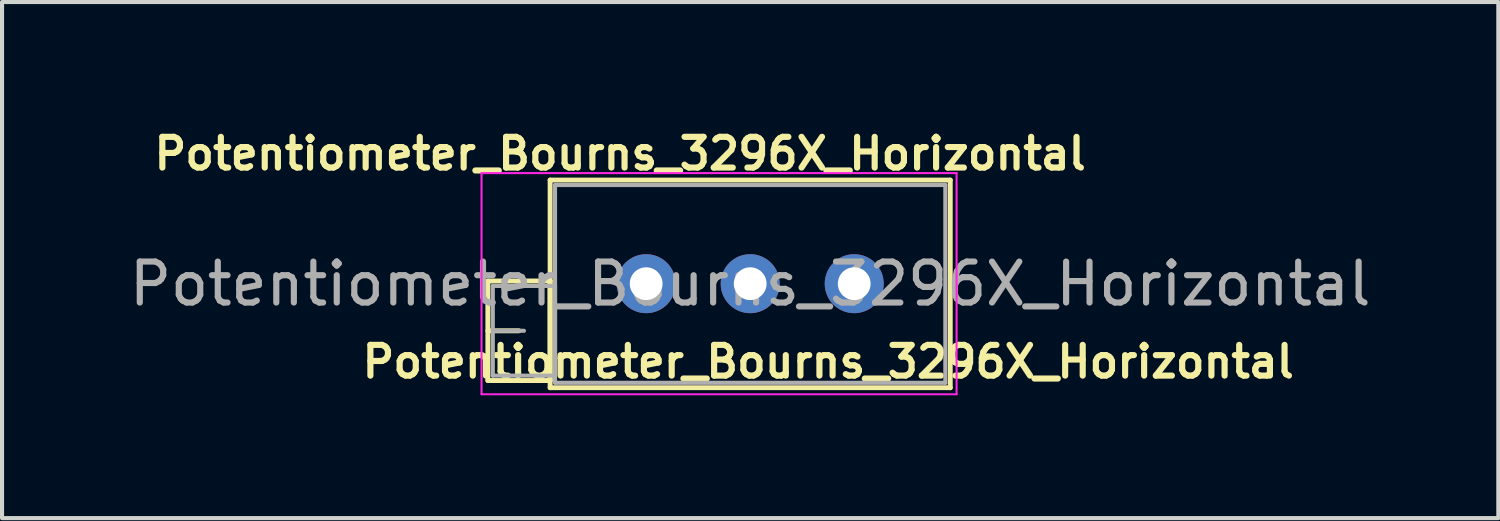
<source format=kicad_pcb>
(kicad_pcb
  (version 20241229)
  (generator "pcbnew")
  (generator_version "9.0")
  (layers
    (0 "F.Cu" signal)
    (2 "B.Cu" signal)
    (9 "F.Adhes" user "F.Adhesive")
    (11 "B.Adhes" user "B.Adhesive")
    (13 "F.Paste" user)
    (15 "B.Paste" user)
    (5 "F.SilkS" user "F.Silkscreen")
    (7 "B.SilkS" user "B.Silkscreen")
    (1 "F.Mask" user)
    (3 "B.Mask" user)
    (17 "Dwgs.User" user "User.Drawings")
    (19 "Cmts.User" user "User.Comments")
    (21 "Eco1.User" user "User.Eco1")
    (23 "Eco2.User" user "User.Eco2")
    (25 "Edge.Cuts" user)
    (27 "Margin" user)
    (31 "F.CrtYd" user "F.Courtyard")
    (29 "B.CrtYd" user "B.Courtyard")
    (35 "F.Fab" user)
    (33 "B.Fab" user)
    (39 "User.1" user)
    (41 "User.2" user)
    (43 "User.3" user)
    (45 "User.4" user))
  (footprint "Potentiometer_Bourns_3296X_Horizontal"
    (layer "F.Cu")
    (at 17.808 3.877)
    (property "Reference" "Potentiometer_Bourns_3296X_Horizontal" (at -5.715 -3.175 0) (layer "F.SilkS") (effects (font (size 0.75 0.75) (thickness 0.15))))
    (property "Value" "Potentiometer_Bourns_3296X_Horizontal" (at -3.3 3.67 0) (layer "F.Fab") (hide yes) (effects (font (size 1 1) (thickness 0.15))))
    (attr through_hole)
    (fp_line (start -8.945 -0.065) (end -8.945 2.365) (stroke (width 0.12) (type solid)) (layer "F.SilkS"))
    (fp_line (start -8.945 -0.065) (end -7.426 -0.065) (stroke (width 0.12) (type solid)) (layer "F.SilkS"))
    (fp_line (start -8.945 1.15) (end -8.186 1.15) (stroke (width 0.12) (type solid)) (layer "F.SilkS"))
    (fp_line (start -8.945 2.365) (end -7.426 2.365) (stroke (width 0.12) (type solid)) (layer "F.SilkS"))
    (fp_line (start -7.426 -0.065) (end -7.426 2.365) (stroke (width 0.12) (type solid)) (layer "F.SilkS"))
    (fp_line (start -7.425 -2.53) (end -7.425 2.54) (stroke (width 0.12) (type solid)) (layer "F.SilkS"))
    (fp_line (start -7.425 -2.53) (end 2.345 -2.53) (stroke (width 0.12) (type solid)) (layer "F.SilkS"))
    (fp_line (start -7.425 2.54) (end 2.345 2.54) (stroke (width 0.12) (type solid)) (layer "F.SilkS"))
    (fp_line (start 2.345 -2.53) (end 2.345 2.54) (stroke (width 0.12) (type solid)) (layer "F.SilkS"))
    (fp_line (start -9.1 -2.7) (end -9.1 2.7) (stroke (width 0.05) (type solid)) (layer "F.CrtYd"))
    (fp_line (start -9.1 2.7) (end 2.5 2.7) (stroke (width 0.05) (type solid)) (layer "F.CrtYd"))
    (fp_line (start 2.5 -2.7) (end -9.1 -2.7) (stroke (width 0.05) (type solid)) (layer "F.CrtYd"))
    (fp_line (start 2.5 2.7) (end 2.5 -2.7) (stroke (width 0.05) (type solid)) (layer "F.CrtYd"))
    (fp_line (start -8.825 0.055) (end -8.825 2.245) (stroke (width 0.1) (type solid)) (layer "F.Fab"))
    (fp_line (start -8.825 1.15) (end -8.065 1.15) (stroke (width 0.1) (type solid)) (layer "F.Fab"))
    (fp_line (start -8.825 2.245) (end -7.305 2.245) (stroke (width 0.1) (type solid)) (layer "F.Fab"))
    (fp_line (start -7.305 -2.41) (end -7.305 2.42) (stroke (width 0.1) (type solid)) (layer "F.Fab"))
    (fp_line (start -7.305 0.055) (end -8.825 0.055) (stroke (width 0.1) (type solid)) (layer "F.Fab"))
    (fp_line (start -7.305 2.245) (end -7.305 0.055) (stroke (width 0.1) (type solid)) (layer "F.Fab"))
    (fp_line (start -7.305 2.42) (end 2.225 2.42) (stroke (width 0.1) (type solid)) (layer "F.Fab"))
    (fp_line (start 2.225 -2.41) (end -7.305 -2.41) (stroke (width 0.1) (type solid)) (layer "F.Fab"))
    (fp_line (start 2.225 2.42) (end 2.225 -2.41) (stroke (width 0.1) (type solid)) (layer "F.Fab"))
    (fp_text user "${VALUE}" (at -0.635 1.905 0) (layer "F.SilkS") (effects (font (size 0.75 0.75) (thickness 0.15))))
    (fp_text user "${REFERENCE}" (at -2.54 0.005 0) (layer "F.Fab") (effects (font (size 1 1) (thickness 0.15))))
    (pad "1" thru_hole circle (at 0 0) (size 1.44 1.44) (drill 0.8) (layers "*.Cu" "*.Mask"))
    (pad "2" thru_hole circle (at -2.54 0) (size 1.44 1.44) (drill 0.8) (layers "*.Cu" "*.Mask"))
    (pad "3" thru_hole circle (at -5.08 0) (size 1.44 1.44) (drill 0.8) (layers "*.Cu" "*.Mask")))
  (gr_rect
    (start -3 -3)
    (end 33.536 9.602)
    (stroke (width 0.1) (type default))
    (fill no)
    (layer "Edge.Cuts")))
</source>
